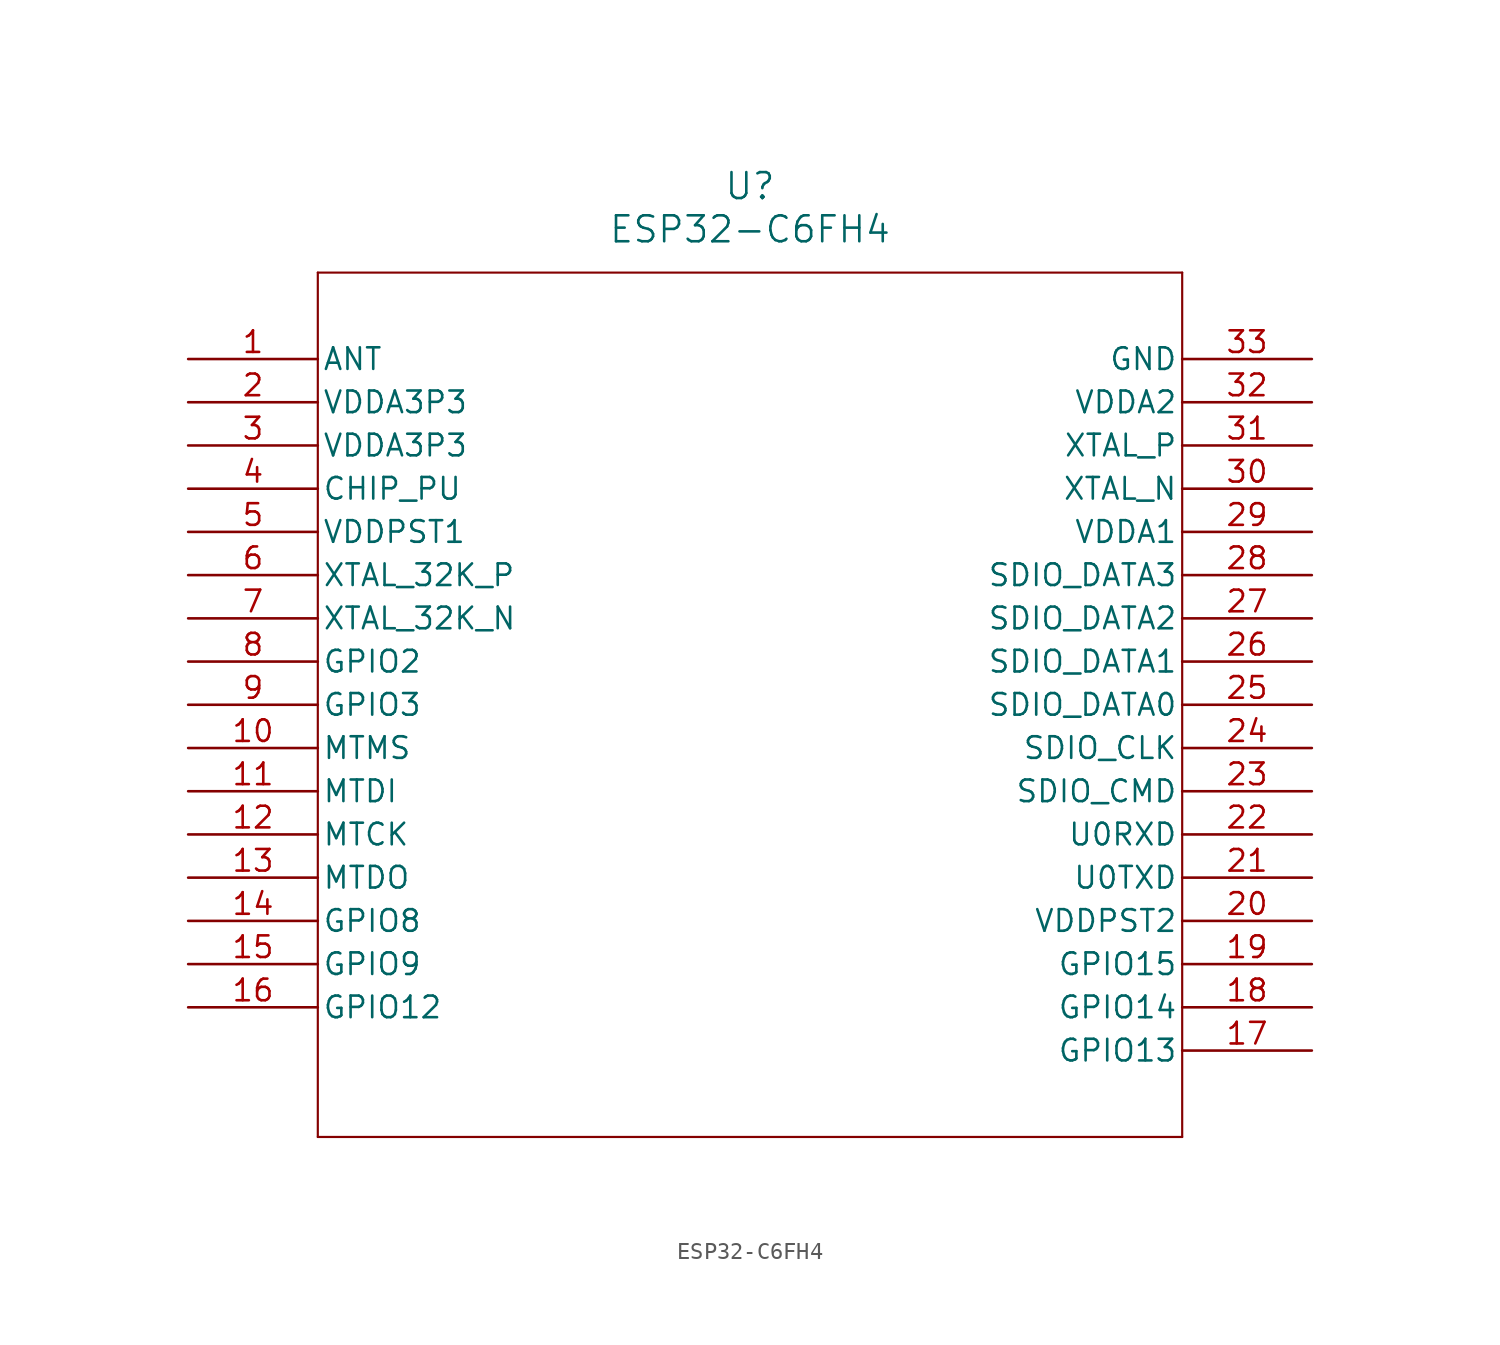
<source format=kicad_sym>
(kicad_symbol_lib
  (version 20211014)
  (generator kicad_symbol_editor)
  (symbol "ESP32-C6FH4"
    (pin_names
      (offset 0.254))
    (property "Reference" "U"
      (at 33.02 10.16 0)
      (effects (font (size 1.524 1.524))))
    (property "Value" "ESP32-C6FH4"
      (at 33.02 7.62 0)
      (effects (font (size 1.524 1.524))))
    (symbol "ESP32-C6FH4_0_1"
      (polyline (pts (xy 7.62 5.08) (xy 7.62 -45.72)) (stroke (width 0.127) (type default) (color 0 0 0 0)) (fill (type none)))
      (polyline (pts (xy 7.62 -45.72) (xy 58.42 -45.72)) (stroke (width 0.127) (type default) (color 0 0 0 0)) (fill (type none)))
      (polyline (pts (xy 58.42 -45.72) (xy 58.42 5.08)) (stroke (width 0.127) (type default) (color 0 0 0 0)) (fill (type none)))
      (polyline (pts (xy 58.42 5.08) (xy 7.62 5.08)) (stroke (width 0.127) (type default) (color 0 0 0 0)) (fill (type none)))
      (pin unspecified line (at 0 0 0) (length 7.62) (name "ANT" (effects (font (size 1.27 1.27)))) (number "1" (effects (font (size 1.27 1.27)))))
      (pin power_in line (at 0 -2.54 0) (length 7.62) (name "VDDA3P3" (effects (font (size 1.27 1.27)))) (number "2" (effects (font (size 1.27 1.27)))))
      (pin power_in line (at 0 -5.08 0) (length 7.62) (name "VDDA3P3" (effects (font (size 1.27 1.27)))) (number "3" (effects (font (size 1.27 1.27)))))
      (pin unspecified line (at 0 -7.62 0) (length 7.62) (name "CHIP_PU" (effects (font (size 1.27 1.27)))) (number "4" (effects (font (size 1.27 1.27)))))
      (pin power_in line (at 0 -10.16 0) (length 7.62) (name "VDDPST1" (effects (font (size 1.27 1.27)))) (number "5" (effects (font (size 1.27 1.27)))))
      (pin bidirectional line (at 0 -12.7 0) (length 7.62) (name "XTAL_32K_P" (effects (font (size 1.27 1.27)))) (number "6" (effects (font (size 1.27 1.27)))))
      (pin bidirectional line (at 0 -15.24 0) (length 7.62) (name "XTAL_32K_N" (effects (font (size 1.27 1.27)))) (number "7" (effects (font (size 1.27 1.27)))))
      (pin bidirectional line (at 0 -17.78 0) (length 7.62) (name "GPIO2" (effects (font (size 1.27 1.27)))) (number "8" (effects (font (size 1.27 1.27)))))
      (pin bidirectional line (at 0 -20.32 0) (length 7.62) (name "GPIO3" (effects (font (size 1.27 1.27)))) (number "9" (effects (font (size 1.27 1.27)))))
      (pin bidirectional line (at 0 -22.86 0) (length 7.62) (name "MTMS" (effects (font (size 1.27 1.27)))) (number "10" (effects (font (size 1.27 1.27)))))
      (pin bidirectional line (at 0 -25.4 0) (length 7.62) (name "MTDI" (effects (font (size 1.27 1.27)))) (number "11" (effects (font (size 1.27 1.27)))))
      (pin bidirectional line (at 0 -27.94 0) (length 7.62) (name "MTCK" (effects (font (size 1.27 1.27)))) (number "12" (effects (font (size 1.27 1.27)))))
      (pin bidirectional line (at 0 -30.48 0) (length 7.62) (name "MTDO" (effects (font (size 1.27 1.27)))) (number "13" (effects (font (size 1.27 1.27)))))
      (pin bidirectional line (at 0 -33.02 0) (length 7.62) (name "GPIO8" (effects (font (size 1.27 1.27)))) (number "14" (effects (font (size 1.27 1.27)))))
      (pin bidirectional line (at 0 -35.56 0) (length 7.62) (name "GPIO9" (effects (font (size 1.27 1.27)))) (number "15" (effects (font (size 1.27 1.27)))))
      (pin bidirectional line (at 0 -38.1 0) (length 7.62) (name "GPIO12" (effects (font (size 1.27 1.27)))) (number "16" (effects (font (size 1.27 1.27)))))
      (pin bidirectional line (at 66.04 -40.64 180) (length 7.62) (name "GPIO13" (effects (font (size 1.27 1.27)))) (number "17" (effects (font (size 1.27 1.27)))))
      (pin bidirectional line (at 66.04 -38.1 180) (length 7.62) (name "GPIO14" (effects (font (size 1.27 1.27)))) (number "18" (effects (font (size 1.27 1.27)))))
      (pin bidirectional line (at 66.04 -35.56 180) (length 7.62) (name "GPIO15" (effects (font (size 1.27 1.27)))) (number "19" (effects (font (size 1.27 1.27)))))
      (pin power_in line (at 66.04 -33.02 180) (length 7.62) (name "VDDPST2" (effects (font (size 1.27 1.27)))) (number "20" (effects (font (size 1.27 1.27)))))
      (pin bidirectional line (at 66.04 -30.48 180) (length 7.62) (name "U0TXD" (effects (font (size 1.27 1.27)))) (number "21" (effects (font (size 1.27 1.27)))))
      (pin bidirectional line (at 66.04 -27.94 180) (length 7.62) (name "U0RXD" (effects (font (size 1.27 1.27)))) (number "22" (effects (font (size 1.27 1.27)))))
      (pin bidirectional line (at 66.04 -25.4 180) (length 7.62) (name "SDIO_CMD" (effects (font (size 1.27 1.27)))) (number "23" (effects (font (size 1.27 1.27)))))
      (pin bidirectional line (at 66.04 -22.86 180) (length 7.62) (name "SDIO_CLK" (effects (font (size 1.27 1.27)))) (number "24" (effects (font (size 1.27 1.27)))))
      (pin bidirectional line (at 66.04 -20.32 180) (length 7.62) (name "SDIO_DATA0" (effects (font (size 1.27 1.27)))) (number "25" (effects (font (size 1.27 1.27)))))
      (pin bidirectional line (at 66.04 -17.78 180) (length 7.62) (name "SDIO_DATA1" (effects (font (size 1.27 1.27)))) (number "26" (effects (font (size 1.27 1.27)))))
      (pin bidirectional line (at 66.04 -15.24 180) (length 7.62) (name "SDIO_DATA2" (effects (font (size 1.27 1.27)))) (number "27" (effects (font (size 1.27 1.27)))))
      (pin bidirectional line (at 66.04 -12.7 180) (length 7.62) (name "SDIO_DATA3" (effects (font (size 1.27 1.27)))) (number "28" (effects (font (size 1.27 1.27)))))
      (pin power_in line (at 66.04 -10.16 180) (length 7.62) (name "VDDA1" (effects (font (size 1.27 1.27)))) (number "29" (effects (font (size 1.27 1.27)))))
      (pin unspecified line (at 66.04 -7.62 180) (length 7.62) (name "XTAL_N" (effects (font (size 1.27 1.27)))) (number "30" (effects (font (size 1.27 1.27)))))
      (pin unspecified line (at 66.04 -5.08 180) (length 7.62) (name "XTAL_P" (effects (font (size 1.27 1.27)))) (number "31" (effects (font (size 1.27 1.27)))))
      (pin power_in line (at 66.04 -2.54 180) (length 7.62) (name "VDDA2" (effects (font (size 1.27 1.27)))) (number "32" (effects (font (size 1.27 1.27)))))
      (pin power_out line (at 66.04 0 180) (length 7.62) (name "GND" (effects (font (size 1.27 1.27)))) (number "33" (effects (font (size 1.27 1.27))))))))
</source>
